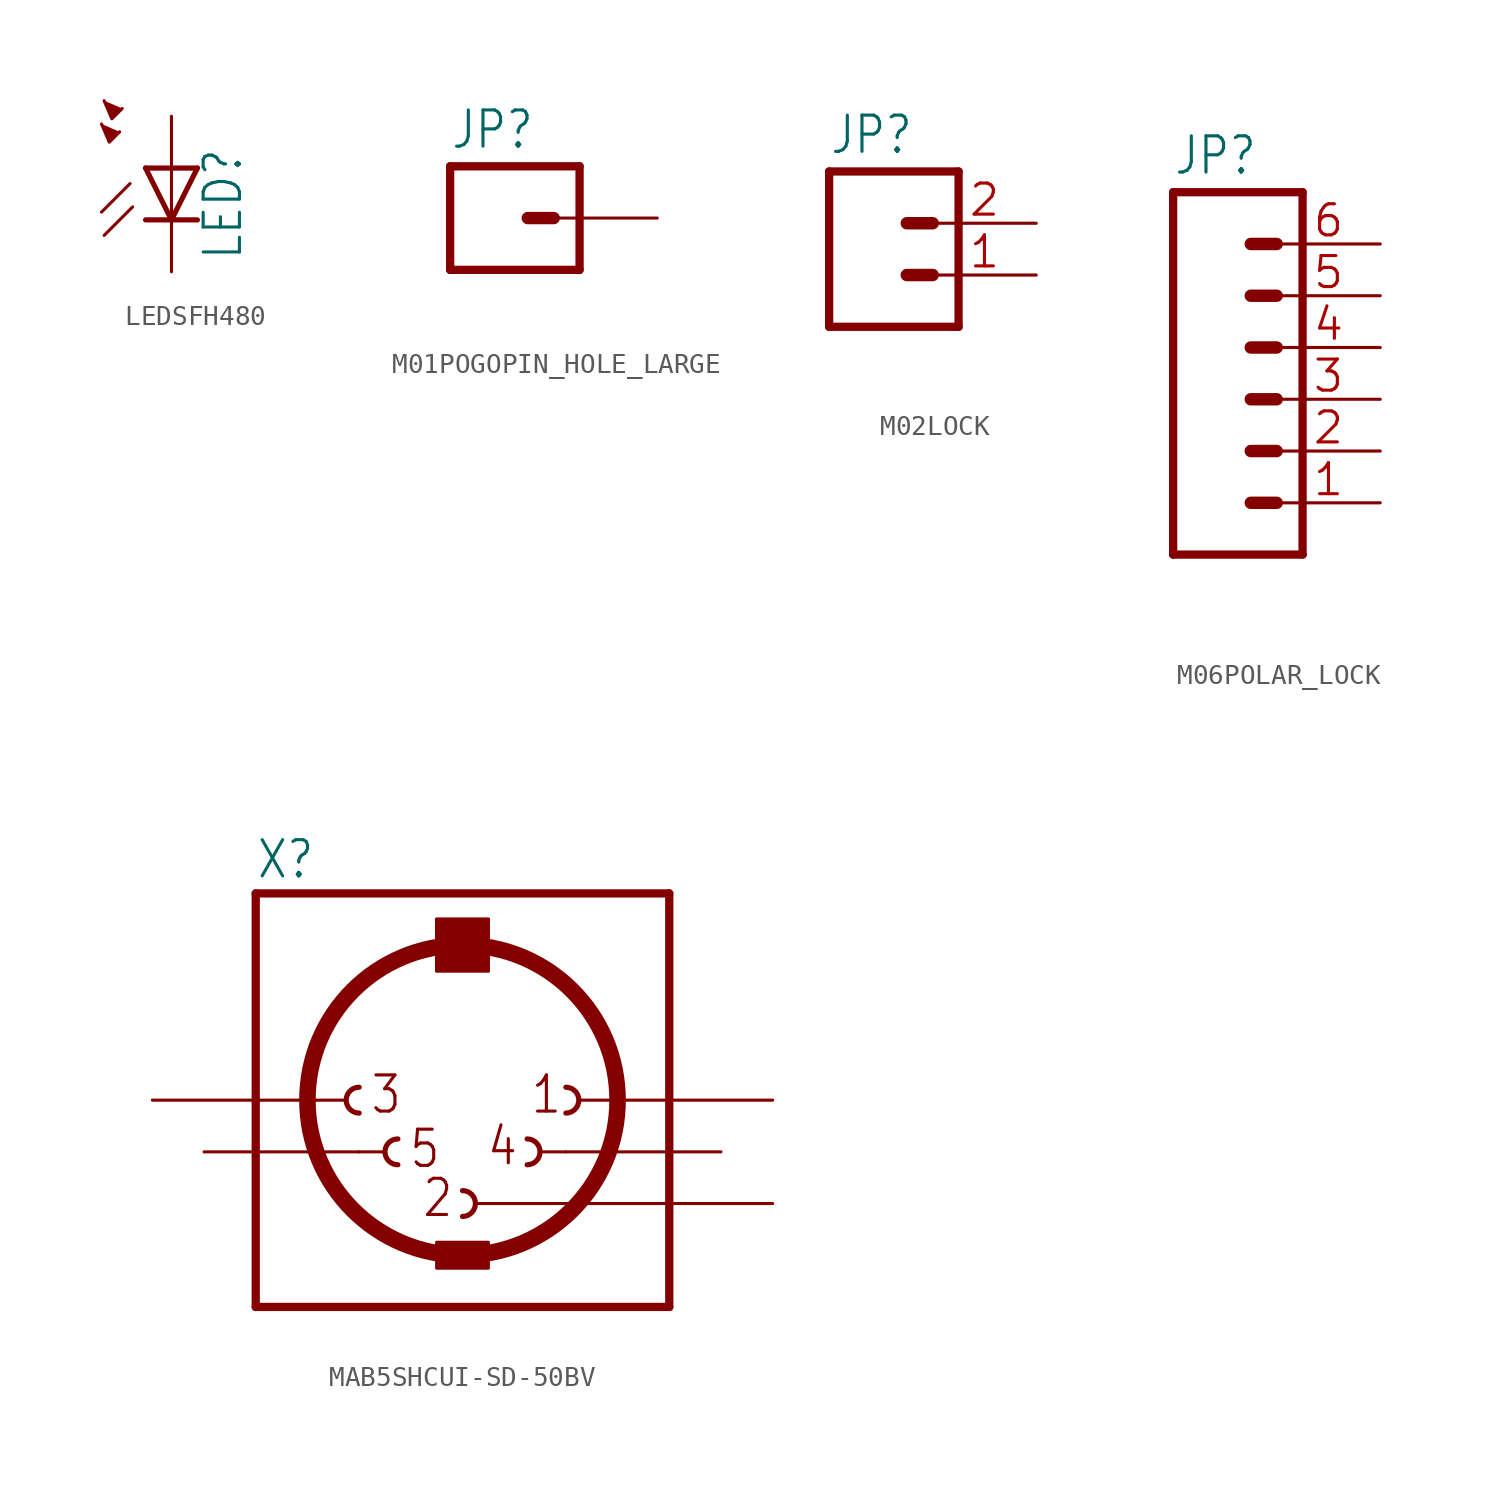
<source format=kicad_sym>
(kicad_symbol_lib
  (version 20241209)
  (generator "kicad_symbol_editor")
  (generator_version "9.0")
  (symbol "LEDSFH480"
    (property "Reference" "LED"
      (at 3.556 -4.572 90)
      (effects (font (size 1.778 1.511)) (justify left bottom)))
    (property "Value" ""
      (at 5.715 -4.572 90)
      (effects (font (size 1.778 1.511)) (justify left bottom)))
    (property "ki_locked" ""
      (at 0 0 0)
      (effects (font (size 1.27 1.27))))
    (symbol "LEDSFH480_1_0"
      (polyline (pts (xy -3.429 2.159) (xy -3.048 1.27) (xy -2.54 1.778)) (stroke (width 0.152) (type solid)) (fill (type outline)))
      (polyline (pts (xy -3.302 3.302) (xy -2.921 2.413) (xy -2.413 2.921)) (stroke (width 0.152) (type solid)) (fill (type outline)))
      (polyline (pts (xy -2.032 -0.762) (xy -3.429 -2.159)) (stroke (width 0.152) (type solid)) (fill (type none)))
      (polyline (pts (xy -1.905 -1.905) (xy -3.302 -3.302)) (stroke (width 0.152) (type solid)) (fill (type none)))
      (polyline (pts (xy 0 0) (xy -1.27 0)) (stroke (width 0.254) (type solid)) (fill (type none)))
      (polyline (pts (xy 0 0) (xy 0 -2.54)) (stroke (width 0.152) (type solid)) (fill (type none)))
      (polyline (pts (xy 0 -2.54) (xy -1.27 0)) (stroke (width 0.254) (type solid)) (fill (type none)))
      (polyline (pts (xy 0 -2.54) (xy -1.27 -2.54)) (stroke (width 0.254) (type solid)) (fill (type none)))
      (polyline (pts (xy 1.27 0) (xy 0 0)) (stroke (width 0.254) (type solid)) (fill (type none)))
      (polyline (pts (xy 1.27 0) (xy 0 -2.54)) (stroke (width 0.254) (type solid)) (fill (type none)))
      (polyline (pts (xy 1.27 -2.54) (xy 0 -2.54)) (stroke (width 0.254) (type solid)) (fill (type none)))
      (pin passive line (at 0 2.54 270) (length 2.54) (name "A" (effects (font (size 0 0)))) (number "A" (effects (font (size 0 0)))))
      (pin passive line (at 0 -5.08 90) (length 2.54) (name "C" (effects (font (size 0 0)))) (number "K" (effects (font (size 0 0)))))))
  (symbol "M01POGOPIN_HOLE_LARGE"
    (property "Reference" "JP"
      (at -2.54 3.302 0)
      (effects (font (size 1.778 1.511)) (justify left bottom)))
    (property "Value" ""
      (at -2.54 -5.08 0)
      (effects (font (size 1.778 1.511)) (justify left bottom)))
    (property "ki_locked" ""
      (at 0 0 0)
      (effects (font (size 1.27 1.27))))
    (symbol "M01POGOPIN_HOLE_LARGE_1_0"
      (polyline (pts (xy -2.54 2.54) (xy -2.54 -2.54)) (stroke (width 0.406) (type solid)) (fill (type none)))
      (polyline (pts (xy -2.54 2.54) (xy 3.81 2.54)) (stroke (width 0.406) (type solid)) (fill (type none)))
      (polyline (pts (xy 1.27 0) (xy 2.54 0)) (stroke (width 0.61) (type solid)) (fill (type none)))
      (polyline (pts (xy 3.81 -2.54) (xy -2.54 -2.54)) (stroke (width 0.406) (type solid)) (fill (type none)))
      (polyline (pts (xy 3.81 -2.54) (xy 3.81 2.54)) (stroke (width 0.406) (type solid)) (fill (type none)))
      (pin passive line (at 7.62 0 180) (length 5.08) (name "1" (effects (font (size 0 0)))) (number "1" (effects (font (size 0 0)))))))
  (symbol "M02LOCK"
    (property "Reference" "JP"
      (at -2.54 5.842 0)
      (effects (font (size 1.778 1.511)) (justify left bottom)))
    (property "Value" ""
      (at -2.54 -5.08 0)
      (effects (font (size 1.778 1.511)) (justify left bottom)))
    (property "ki_locked" ""
      (at 0 0 0)
      (effects (font (size 1.27 1.27))))
    (symbol "M02LOCK_1_0"
      (polyline (pts (xy -2.54 5.08) (xy -2.54 -2.54)) (stroke (width 0.406) (type solid)) (fill (type none)))
      (polyline (pts (xy -2.54 5.08) (xy 3.81 5.08)) (stroke (width 0.406) (type solid)) (fill (type none)))
      (polyline (pts (xy 1.27 2.54) (xy 2.54 2.54)) (stroke (width 0.61) (type solid)) (fill (type none)))
      (polyline (pts (xy 1.27 0) (xy 2.54 0)) (stroke (width 0.61) (type solid)) (fill (type none)))
      (polyline (pts (xy 3.81 -2.54) (xy -2.54 -2.54)) (stroke (width 0.406) (type solid)) (fill (type none)))
      (polyline (pts (xy 3.81 -2.54) (xy 3.81 5.08)) (stroke (width 0.406) (type solid)) (fill (type none)))
      (pin passive line (at 7.62 2.54 180) (length 5.08) (name "2" (effects (font (size 0 0)))) (number "2" (effects (font (size 1.524 1.524)))))
      (pin passive line (at 7.62 0 180) (length 5.08) (name "1" (effects (font (size 0 0)))) (number "1" (effects (font (size 1.524 1.524)))))))
  (symbol "M06POLAR_LOCK"
    (property "Reference" "JP"
      (at -5.08 10.922 0)
      (effects (font (size 1.778 1.511)) (justify left bottom)))
    (property "Value" ""
      (at -5.08 -10.16 0)
      (effects (font (size 1.778 1.511)) (justify left bottom)))
    (property "ki_locked" ""
      (at 0 0 0)
      (effects (font (size 1.27 1.27))))
    (symbol "M06POLAR_LOCK_1_0"
      (polyline (pts (xy -5.08 10.16) (xy -5.08 -7.62)) (stroke (width 0.406) (type solid)) (fill (type none)))
      (polyline (pts (xy -5.08 10.16) (xy 1.27 10.16)) (stroke (width 0.406) (type solid)) (fill (type none)))
      (polyline (pts (xy -1.27 7.62) (xy 0 7.62)) (stroke (width 0.61) (type solid)) (fill (type none)))
      (polyline (pts (xy -1.27 5.08) (xy 0 5.08)) (stroke (width 0.61) (type solid)) (fill (type none)))
      (polyline (pts (xy -1.27 2.54) (xy 0 2.54)) (stroke (width 0.61) (type solid)) (fill (type none)))
      (polyline (pts (xy -1.27 0) (xy 0 0)) (stroke (width 0.61) (type solid)) (fill (type none)))
      (polyline (pts (xy -1.27 -2.54) (xy 0 -2.54)) (stroke (width 0.61) (type solid)) (fill (type none)))
      (polyline (pts (xy -1.27 -5.08) (xy 0 -5.08)) (stroke (width 0.61) (type solid)) (fill (type none)))
      (polyline (pts (xy 1.27 -7.62) (xy -5.08 -7.62)) (stroke (width 0.406) (type solid)) (fill (type none)))
      (polyline (pts (xy 1.27 -7.62) (xy 1.27 10.16)) (stroke (width 0.406) (type solid)) (fill (type none)))
      (pin passive line (at 5.08 7.62 180) (length 5.08) (name "6" (effects (font (size 0 0)))) (number "6" (effects (font (size 1.524 1.524)))))
      (pin passive line (at 5.08 5.08 180) (length 5.08) (name "5" (effects (font (size 0 0)))) (number "5" (effects (font (size 1.524 1.524)))))
      (pin passive line (at 5.08 2.54 180) (length 5.08) (name "4" (effects (font (size 0 0)))) (number "4" (effects (font (size 1.524 1.524)))))
      (pin passive line (at 5.08 0 180) (length 5.08) (name "3" (effects (font (size 0 0)))) (number "3" (effects (font (size 1.524 1.524)))))
      (pin passive line (at 5.08 -2.54 180) (length 5.08) (name "2" (effects (font (size 0 0)))) (number "2" (effects (font (size 1.524 1.524)))))
      (pin passive line (at 5.08 -5.08 180) (length 5.08) (name "1" (effects (font (size 0 0)))) (number "1" (effects (font (size 1.524 1.524)))))))
  (symbol "MAB5SHCUI-SD-50BV"
    (property "Reference" "X"
      (at -10.16 10.795 0)
      (effects (font (size 1.778 1.511)) (justify left bottom)))
    (property "Value" ""
      (at 0 10.795 0)
      (effects (font (size 1.778 1.511)) (justify left bottom)))
    (property "ki_locked" ""
      (at 0 0 0)
      (effects (font (size 1.27 1.27))))
    (symbol "MAB5SHCUI-SD-50BV_1_0"
      (polyline (pts (xy -10.16 -10.16) (xy -10.16 10.16)) (stroke (width 0.406) (type solid)) (fill (type none)))
      (polyline (pts (xy -10.16 -10.16) (xy 10.16 -10.16)) (stroke (width 0.406) (type solid)) (fill (type none)))
      (polyline (pts (xy -7.62 0) (xy -5.715 0)) (stroke (width 0.152) (type solid)) (fill (type none)))
      (arc (start -5.08 -0.635) (mid -5.715 0) (end -5.08 0.635) (stroke (width 0.254) (type solid)) (fill (type none)))
      (polyline (pts (xy -5.08 -2.54) (xy -3.81 -2.54)) (stroke (width 0.152) (type solid)) (fill (type none)))
      (arc (start -3.175 -3.175) (mid -3.81 -2.54) (end -3.175 -1.905) (stroke (width 0.254) (type solid)) (fill (type none)))
      (polyline (pts (xy -1.27 8.89) (xy 1.27 8.89)) (stroke (width 0.152) (type solid)) (fill (type none)))
      (rectangle (start -1.27 6.35) (end 1.27 8.89) (stroke (width 0) (type default)) (fill (type outline)))
      (polyline (pts (xy -1.27 6.35) (xy -1.27 8.89)) (stroke (width 0.152) (type solid)) (fill (type none)))
      (polyline (pts (xy -1.27 6.35) (xy 1.27 6.35)) (stroke (width 0.152) (type solid)) (fill (type none)))
      (rectangle (start -1.27 -8.255) (end 1.27 -6.985) (stroke (width 0) (type default)) (fill (type outline)))
      (circle (center 0 0) (radius 7.62) (stroke (width 0.813) (type solid)) (fill (type none)))
      (arc (start 0 -4.445) (mid 0.635 -5.08) (end 0 -5.715) (stroke (width 0.254) (type solid)) (fill (type none)))
      (polyline (pts (xy 0.635 -5.08) (xy 7.62 -5.08)) (stroke (width 0.152) (type solid)) (fill (type none)))
      (polyline (pts (xy 1.27 8.89) (xy 1.27 6.35)) (stroke (width 0.152) (type solid)) (fill (type none)))
      (arc (start 3.175 -1.905) (mid 3.81 -2.54) (end 3.175 -3.175) (stroke (width 0.254) (type solid)) (fill (type none)))
      (polyline (pts (xy 3.81 -2.54) (xy 5.08 -2.54)) (stroke (width 0.152) (type solid)) (fill (type none)))
      (arc (start 5.08 0.635) (mid 5.715 0) (end 5.08 -0.635) (stroke (width 0.254) (type solid)) (fill (type none)))
      (polyline (pts (xy 5.715 0) (xy 7.62 0)) (stroke (width 0.152) (type solid)) (fill (type none)))
      (polyline (pts (xy 10.16 10.16) (xy -10.16 10.16)) (stroke (width 0.406) (type solid)) (fill (type none)))
      (polyline (pts (xy 10.16 10.16) (xy 10.16 -10.16)) (stroke (width 0.406) (type solid)) (fill (type none)))
      (text "3" (at -4.572 -0.762 0) (effects (font (size 1.778 1.511)) (justify left bottom)))
      (text "5" (at -2.667 -3.429 0) (effects (font (size 1.778 1.511)) (justify left bottom)))
      (text "2" (at -2.032 -5.842 0) (effects (font (size 1.778 1.511)) (justify left bottom)))
      (text "4" (at 1.143 -3.302 0) (effects (font (size 1.778 1.511)) (justify left bottom)))
      (text "1" (at 3.302 -0.762 0) (effects (font (size 1.778 1.511)) (justify left bottom)))
      (pin passive line (at -15.24 0 0) (length 7.62) (name "3" (effects (font (size 0 0)))) (number "3" (effects (font (size 0 0)))))
      (pin passive line (at -12.7 -2.54 0) (length 7.62) (name "5" (effects (font (size 0 0)))) (number "5" (effects (font (size 0 0)))))
      (pin passive line (at 12.7 -2.54 180) (length 7.62) (name "4" (effects (font (size 0 0)))) (number "4" (effects (font (size 0 0)))))
      (pin passive line (at 15.24 0 180) (length 7.62) (name "1" (effects (font (size 0 0)))) (number "1" (effects (font (size 0 0)))))
      (pin passive line (at 15.24 -5.08 180) (length 7.62) (name "2" (effects (font (size 0 0)))) (number "2" (effects (font (size 0 0))))))))
</source>
